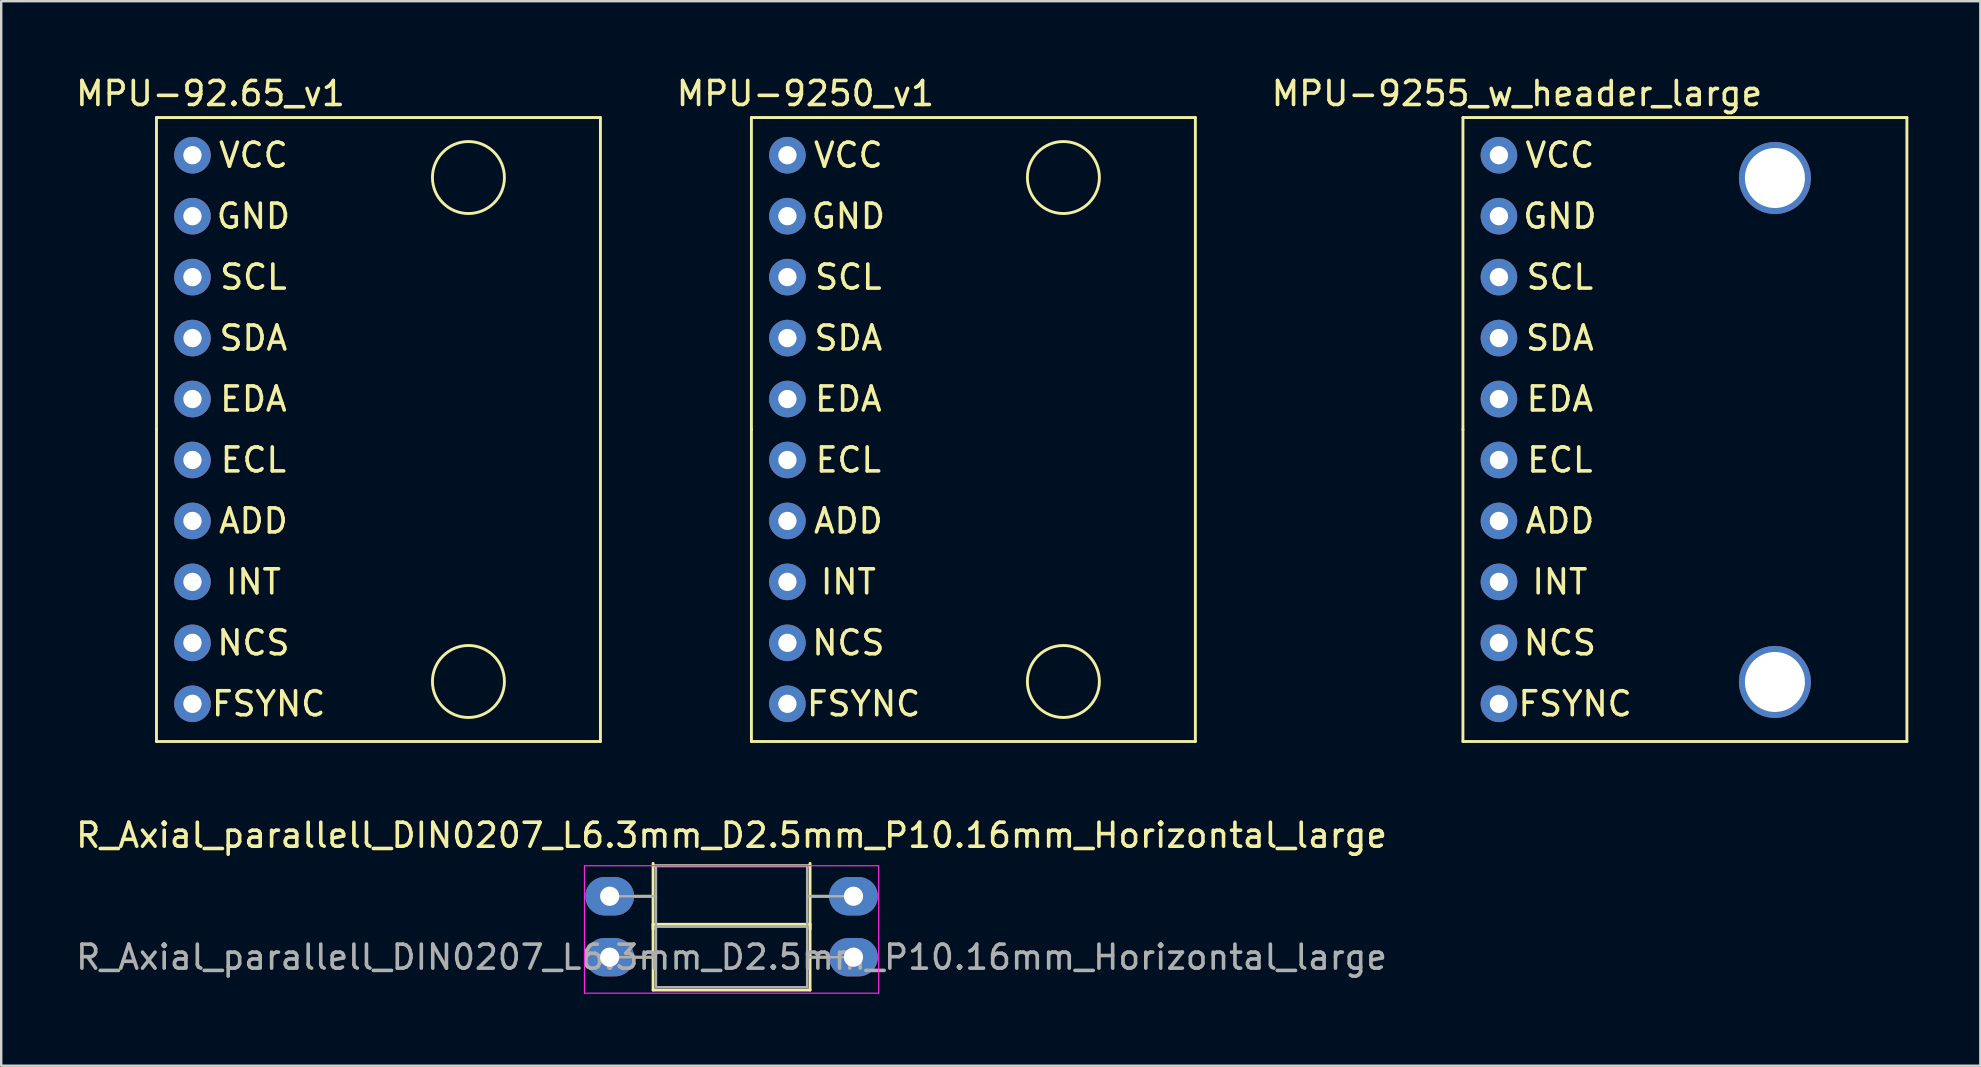
<source format=kicad_pcb>
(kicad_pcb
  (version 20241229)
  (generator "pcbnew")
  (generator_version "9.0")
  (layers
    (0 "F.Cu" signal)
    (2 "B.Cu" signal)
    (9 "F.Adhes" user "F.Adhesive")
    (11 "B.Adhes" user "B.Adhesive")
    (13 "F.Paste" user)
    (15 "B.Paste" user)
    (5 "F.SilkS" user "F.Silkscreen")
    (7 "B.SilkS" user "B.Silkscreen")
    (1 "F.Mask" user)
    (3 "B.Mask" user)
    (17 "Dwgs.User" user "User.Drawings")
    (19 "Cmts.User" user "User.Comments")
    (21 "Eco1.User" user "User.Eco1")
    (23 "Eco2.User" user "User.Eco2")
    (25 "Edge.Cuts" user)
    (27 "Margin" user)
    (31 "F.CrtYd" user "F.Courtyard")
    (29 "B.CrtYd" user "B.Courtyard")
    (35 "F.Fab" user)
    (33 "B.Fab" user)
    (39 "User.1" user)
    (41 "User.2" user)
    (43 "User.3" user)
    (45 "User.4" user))
  (footprint "MPU-92.65_v1"
    (layer "F.Cu")
    (at 4.97 3.418)
    (property "Reference" "MPU-92.65_v1" (at 0.75 -2.57 0) (layer "F.SilkS") (effects (font (size 1 1) (thickness 0.15))))
    (attr through_hole)
    (fp_line (start -1.5 -1.57) (end 17 -1.57) (stroke (width 0.12) (type solid)) (layer "F.SilkS"))
    (fp_line (start -1.5 11.43) (end -1.5 -1.57) (stroke (width 0.12) (type solid)) (layer "F.SilkS"))
    (fp_line (start -1.5 24.43) (end -1.5 11.43) (stroke (width 0.12) (type solid)) (layer "F.SilkS"))
    (fp_line (start 17 -1.57) (end 17 24.43) (stroke (width 0.12) (type solid)) (layer "F.SilkS"))
    (fp_line (start 17 24.43) (end -1.5 24.43) (stroke (width 0.12) (type solid)) (layer "F.SilkS"))
    (fp_circle (center 11.5 0.93) (end 13 0.93) (stroke (width 0.12) (type solid)) (fill no) (layer "F.SilkS"))
    (fp_circle (center 11.5 21.93) (end 13 21.93) (stroke (width 0.12) (type solid)) (fill no) (layer "F.SilkS"))
    (fp_text user "VCC" (at 2.54 0 0) (layer "F.SilkS") (effects (font (size 1 1) (thickness 0.15))))
    (fp_text user "ADD" (at 2.54 15.24 0) (layer "F.SilkS") (effects (font (size 1 1) (thickness 0.15))))
    (fp_text user "INT" (at 2.54 17.78 0) (layer "F.SilkS") (effects (font (size 1 1) (thickness 0.15))))
    (fp_text user "EDA" (at 2.54 10.16 0) (layer "F.SilkS") (effects (font (size 1 1) (thickness 0.15))))
    (fp_text user "GND" (at 2.54 2.54 0) (layer "F.SilkS") (effects (font (size 1 1) (thickness 0.15))))
    (fp_text user "FSYNC" (at 3.175 22.86 0) (layer "F.SilkS") (effects (font (size 1 1) (thickness 0.15))))
    (fp_text user "SCL" (at 2.54 5.08 0) (layer "F.SilkS") (effects (font (size 1 1) (thickness 0.15))))
    (fp_text user "SDA" (at 2.54 7.62 0) (layer "F.SilkS") (effects (font (size 1 1) (thickness 0.15))))
    (fp_text user "NCS" (at 2.54 20.32 0) (layer "F.SilkS") (effects (font (size 1 1) (thickness 0.15))))
    (fp_text user "ECL" (at 2.54 12.7 0) (layer "F.SilkS") (effects (font (size 1 1) (thickness 0.15))))
    (pad "1" thru_hole circle (at 0 0) (size 1.524 1.524) (drill 0.762) (layers "*.Cu" "*.Mask"))
    (pad "2" thru_hole circle (at 0 2.54) (size 1.524 1.524) (drill 0.762) (layers "*.Cu" "*.Mask"))
    (pad "3" thru_hole circle (at 0 5.08) (size 1.524 1.524) (drill 0.762) (layers "*.Cu" "*.Mask"))
    (pad "4" thru_hole circle (at 0 7.62) (size 1.524 1.524) (drill 0.762) (layers "*.Cu" "*.Mask"))
    (pad "5" thru_hole circle (at 0 10.16) (size 1.524 1.524) (drill 0.762) (layers "*.Cu" "*.Mask"))
    (pad "6" thru_hole circle (at 0 12.7) (size 1.524 1.524) (drill 0.762) (layers "*.Cu" "*.Mask"))
    (pad "7" thru_hole circle (at 0 15.24) (size 1.524 1.524) (drill 0.762) (layers "*.Cu" "*.Mask"))
    (pad "8" thru_hole circle (at 0 17.78) (size 1.524 1.524) (drill 0.762) (layers "*.Cu" "*.Mask"))
    (pad "9" thru_hole circle (at 0 20.32) (size 1.524 1.524) (drill 0.762) (layers "*.Cu" "*.Mask"))
    (pad "10" thru_hole circle (at 0 22.86) (size 1.524 1.524) (drill 0.762) (layers "*.Cu" "*.Mask")))
  (footprint "MPU-9250_v1"
    (layer "F.Cu")
    (at 29.762 3.418)
    (property "Reference" "MPU-9250_v1" (at 0.75 -2.57 0) (layer "F.SilkS") (effects (font (size 1 1) (thickness 0.15))))
    (attr through_hole)
    (fp_line (start -1.5 -1.57) (end 17 -1.57) (stroke (width 0.12) (type solid)) (layer "F.SilkS"))
    (fp_line (start -1.5 11.43) (end -1.5 -1.57) (stroke (width 0.12) (type solid)) (layer "F.SilkS"))
    (fp_line (start -1.5 24.43) (end -1.5 11.43) (stroke (width 0.12) (type solid)) (layer "F.SilkS"))
    (fp_line (start 17 -1.57) (end 17 24.43) (stroke (width 0.12) (type solid)) (layer "F.SilkS"))
    (fp_line (start 17 24.43) (end -1.5 24.43) (stroke (width 0.12) (type solid)) (layer "F.SilkS"))
    (fp_circle (center 11.5 0.93) (end 13 0.93) (stroke (width 0.12) (type solid)) (fill no) (layer "F.SilkS"))
    (fp_circle (center 11.5 21.93) (end 13 21.93) (stroke (width 0.12) (type solid)) (fill no) (layer "F.SilkS"))
    (fp_text user "NCS" (at 2.54 20.32 0) (layer "F.SilkS") (effects (font (size 1 1) (thickness 0.15))))
    (fp_text user "ECL" (at 2.54 12.7 0) (layer "F.SilkS") (effects (font (size 1 1) (thickness 0.15))))
    (fp_text user "EDA" (at 2.54 10.16 0) (layer "F.SilkS") (effects (font (size 1 1) (thickness 0.15))))
    (fp_text user "VCC" (at 2.54 0 0) (layer "F.SilkS") (effects (font (size 1 1) (thickness 0.15))))
    (fp_text user "SCL" (at 2.54 5.08 0) (layer "F.SilkS") (effects (font (size 1 1) (thickness 0.15))))
    (fp_text user "ADD" (at 2.54 15.24 0) (layer "F.SilkS") (effects (font (size 1 1) (thickness 0.15))))
    (fp_text user "FSYNC" (at 3.175 22.86 0) (layer "F.SilkS") (effects (font (size 1 1) (thickness 0.15))))
    (fp_text user "SDA" (at 2.54 7.62 0) (layer "F.SilkS") (effects (font (size 1 1) (thickness 0.15))))
    (fp_text user "INT" (at 2.54 17.78 0) (layer "F.SilkS") (effects (font (size 1 1) (thickness 0.15))))
    (fp_text user "GND" (at 2.54 2.54 0) (layer "F.SilkS") (effects (font (size 1 1) (thickness 0.15))))
    (pad "1" thru_hole circle (at 0 0) (size 1.524 1.524) (drill 0.762) (layers "*.Cu" "*.Mask"))
    (pad "2" thru_hole circle (at 0 2.54) (size 1.524 1.524) (drill 0.762) (layers "*.Cu" "*.Mask"))
    (pad "3" thru_hole circle (at 0 5.08) (size 1.524 1.524) (drill 0.762) (layers "*.Cu" "*.Mask"))
    (pad "4" thru_hole circle (at 0 7.62) (size 1.524 1.524) (drill 0.762) (layers "*.Cu" "*.Mask"))
    (pad "5" thru_hole circle (at 0 10.16) (size 1.524 1.524) (drill 0.762) (layers "*.Cu" "*.Mask"))
    (pad "6" thru_hole circle (at 0 12.7) (size 1.524 1.524) (drill 0.762) (layers "*.Cu" "*.Mask"))
    (pad "7" thru_hole circle (at 0 15.24) (size 1.524 1.524) (drill 0.762) (layers "*.Cu" "*.Mask"))
    (pad "8" thru_hole circle (at 0 17.78) (size 1.524 1.524) (drill 0.762) (layers "*.Cu" "*.Mask"))
    (pad "9" thru_hole circle (at 0 20.32) (size 1.524 1.524) (drill 0.762) (layers "*.Cu" "*.Mask"))
    (pad "10" thru_hole circle (at 0 22.86) (size 1.524 1.524) (drill 0.762) (layers "*.Cu" "*.Mask")))
  (footprint "MPU-9255_w_header_large"
    (layer "F.Cu")
    (at 59.412 3.418)
    (property "Reference" "MPU-9255_w_header_large" (at 0.75 -2.57 0) (layer "F.SilkS") (effects (font (size 1 1) (thickness 0.15))))
    (attr through_hole)
    (fp_line (start -1.5 -1.57) (end 17 -1.57) (stroke (width 0.12) (type solid)) (layer "F.SilkS"))
    (fp_line (start -1.5 11.43) (end -1.5 -1.57) (stroke (width 0.12) (type solid)) (layer "F.SilkS"))
    (fp_line (start -1.5 24.43) (end -1.5 11.43) (stroke (width 0.12) (type solid)) (layer "F.SilkS"))
    (fp_line (start 17 -1.57) (end 17 24.43) (stroke (width 0.12) (type solid)) (layer "F.SilkS"))
    (fp_line (start 17 24.43) (end -1.5 24.43) (stroke (width 0.12) (type solid)) (layer "F.SilkS"))
    (fp_text user "SDA" (at 2.54 7.62 0) (layer "F.SilkS") (effects (font (size 1 1) (thickness 0.15))))
    (fp_text user "SCL" (at 2.54 5.08 0) (layer "F.SilkS") (effects (font (size 1 1) (thickness 0.15))))
    (fp_text user "FSYNC" (at 3.175 22.86 0) (layer "F.SilkS") (effects (font (size 1 1) (thickness 0.15))))
    (fp_text user "ADD" (at 2.54 15.24 0) (layer "F.SilkS") (effects (font (size 1 1) (thickness 0.15))))
    (fp_text user "NCS" (at 2.54 20.32 0) (layer "F.SilkS") (effects (font (size 1 1) (thickness 0.15))))
    (fp_text user "VCC" (at 2.54 0 0) (layer "F.SilkS") (effects (font (size 1 1) (thickness 0.15))))
    (fp_text user "ECL" (at 2.54 12.7 0) (layer "F.SilkS") (effects (font (size 1 1) (thickness 0.15))))
    (fp_text user "GND" (at 2.54 2.54 0) (layer "F.SilkS") (effects (font (size 1 1) (thickness 0.15))))
    (fp_text user "EDA" (at 2.54 10.16 0) (layer "F.SilkS") (effects (font (size 1 1) (thickness 0.15))))
    (fp_text user "INT" (at 2.54 17.78 0) (layer "F.SilkS") (effects (font (size 1 1) (thickness 0.15))))
    (pad "" np_thru_hole circle (at 11.5 0.95) (size 3 3) (drill 2.5) (layers "*.Cu" "*.Mask"))
    (pad "" np_thru_hole circle (at 11.5 21.95) (size 3 3) (drill 2.5) (layers "*.Cu" "*.Mask"))
    (pad "1" thru_hole circle (at 0 0) (size 1.524 1.524) (drill 0.762) (layers "*.Cu" "*.Mask"))
    (pad "2" thru_hole circle (at 0 2.54) (size 1.524 1.524) (drill 0.762) (layers "*.Cu" "*.Mask"))
    (pad "3" thru_hole circle (at 0 5.08) (size 1.524 1.524) (drill 0.762) (layers "*.Cu" "*.Mask"))
    (pad "4" thru_hole circle (at 0 7.62) (size 1.524 1.524) (drill 0.762) (layers "*.Cu" "*.Mask"))
    (pad "5" thru_hole circle (at 0 10.16) (size 1.524 1.524) (drill 0.762) (layers "*.Cu" "*.Mask"))
    (pad "6" thru_hole circle (at 0 12.7) (size 1.524 1.524) (drill 0.762) (layers "*.Cu" "*.Mask"))
    (pad "7" thru_hole circle (at 0 15.24) (size 1.524 1.524) (drill 0.762) (layers "*.Cu" "*.Mask"))
    (pad "8" thru_hole circle (at 0 17.78) (size 1.524 1.524) (drill 0.762) (layers "*.Cu" "*.Mask"))
    (pad "9" thru_hole circle (at 0 20.32) (size 1.524 1.524) (drill 0.762) (layers "*.Cu" "*.Mask"))
    (pad "10" thru_hole circle (at 0 22.86) (size 1.524 1.524) (drill 0.762) (layers "*.Cu" "*.Mask")))
  (footprint "R_Axial_parallell_DIN0207_L6.3mm_D2.5mm_P10.16mm_Horizontal_large"
    (layer "F.Cu")
    (at 22.355 36.837)
    (property "Reference" "R_Axial_parallell_DIN0207_L6.3mm_D2.5mm_P10.16mm_Horizontal_large" (at 5.08 -5.08 0) (layer "F.SilkS") (effects (font (size 1 1) (thickness 0.15))))
    (attr through_hole)
    (fp_line (start 1.04 -2.54) (end 1.81 -2.54) (stroke (width 0.12) (type solid)) (layer "F.SilkS"))
    (fp_line (start 1.04 0) (end 1.81 0) (stroke (width 0.12) (type solid)) (layer "F.SilkS"))
    (fp_line (start 1.81 -3.91) (end 1.81 -1.17) (stroke (width 0.12) (type solid)) (layer "F.SilkS"))
    (fp_line (start 1.81 -1.37) (end 1.81 1.37) (stroke (width 0.12) (type solid)) (layer "F.SilkS"))
    (fp_line (start 1.81 1.37) (end 8.35 1.37) (stroke (width 0.12) (type solid)) (layer "F.SilkS"))
    (fp_line (start 8.35 -3.81) (end 1.81 -3.81) (stroke (width 0.12) (type solid)) (layer "F.SilkS"))
    (fp_line (start 8.35 -1.37) (end 1.81 -1.37) (stroke (width 0.12) (type solid)) (layer "F.SilkS"))
    (fp_line (start 8.35 -1.17) (end 8.35 -3.91) (stroke (width 0.12) (type solid)) (layer "F.SilkS"))
    (fp_line (start 8.35 1.37) (end 8.35 -1.37) (stroke (width 0.12) (type solid)) (layer "F.SilkS"))
    (fp_line (start 9.12 -2.54) (end 8.35 -2.54) (stroke (width 0.12) (type solid)) (layer "F.SilkS"))
    (fp_line (start 9.12 0) (end 8.35 0) (stroke (width 0.12) (type solid)) (layer "F.SilkS"))
    (fp_line (start -1.05 -3.81) (end -1.05 1.5) (stroke (width 0.05) (type solid)) (layer "F.CrtYd"))
    (fp_line (start -1.05 1.5) (end 11.21 1.5) (stroke (width 0.05) (type solid)) (layer "F.CrtYd"))
    (fp_line (start 11.21 -3.81) (end -1.05 -3.81) (stroke (width 0.05) (type solid)) (layer "F.CrtYd"))
    (fp_line (start 11.21 1.5) (end 11.21 -3.81) (stroke (width 0.05) (type solid)) (layer "F.CrtYd"))
    (fp_line (start 0 -2.54) (end 1.93 -2.54) (stroke (width 0.1) (type solid)) (layer "F.Fab"))
    (fp_line (start 0 0) (end 1.93 0) (stroke (width 0.1) (type solid)) (layer "F.Fab"))
    (fp_line (start 1.93 -3.79) (end 1.93 -1.29) (stroke (width 0.1) (type solid)) (layer "F.Fab"))
    (fp_line (start 1.93 -1.25) (end 1.93 1.25) (stroke (width 0.1) (type solid)) (layer "F.Fab"))
    (fp_line (start 1.93 1.25) (end 8.23 1.25) (stroke (width 0.1) (type solid)) (layer "F.Fab"))
    (fp_line (start 8.23 -3.81) (end 1.93 -3.81) (stroke (width 0.1) (type solid)) (layer "F.Fab"))
    (fp_line (start 8.23 -1.29) (end 8.23 -3.79) (stroke (width 0.1) (type solid)) (layer "F.Fab"))
    (fp_line (start 8.23 -1.27) (end 1.93 -1.27) (stroke (width 0.1) (type solid)) (layer "F.Fab"))
    (fp_line (start 8.23 1.25) (end 8.23 -1.25) (stroke (width 0.1) (type solid)) (layer "F.Fab"))
    (fp_line (start 10.16 -2.54) (end 8.23 -2.54) (stroke (width 0.1) (type solid)) (layer "F.Fab"))
    (fp_line (start 10.16 0) (end 8.23 0) (stroke (width 0.1) (type solid)) (layer "F.Fab"))
    (fp_text user "${REFERENCE}" (at 5.08 0 0) (layer "F.Fab") (effects (font (size 1 1) (thickness 0.15))))
    (pad "1" thru_hole oval (at 0 -2.54) (size 2.032 1.6) (drill 0.8) (layers "*.Cu" "*.Mask"))
    (pad "1" thru_hole oval (at 0 0) (size 2.032 1.6) (drill 0.8) (layers "*.Cu" "*.Mask"))
    (pad "2" thru_hole oval (at 10.16 -2.54) (size 2.032 1.6) (drill 0.8) (layers "*.Cu" "*.Mask"))
    (pad "2" thru_hole oval (at 10.16 0) (size 2.032 1.6) (drill 0.8) (layers "*.Cu" "*.Mask")))
  (gr_rect
    (start -3 -3)
    (end 79.472 41.361)
    (stroke (width 0.1) (type default))
    (fill no)
    (layer "Edge.Cuts")))
</source>
